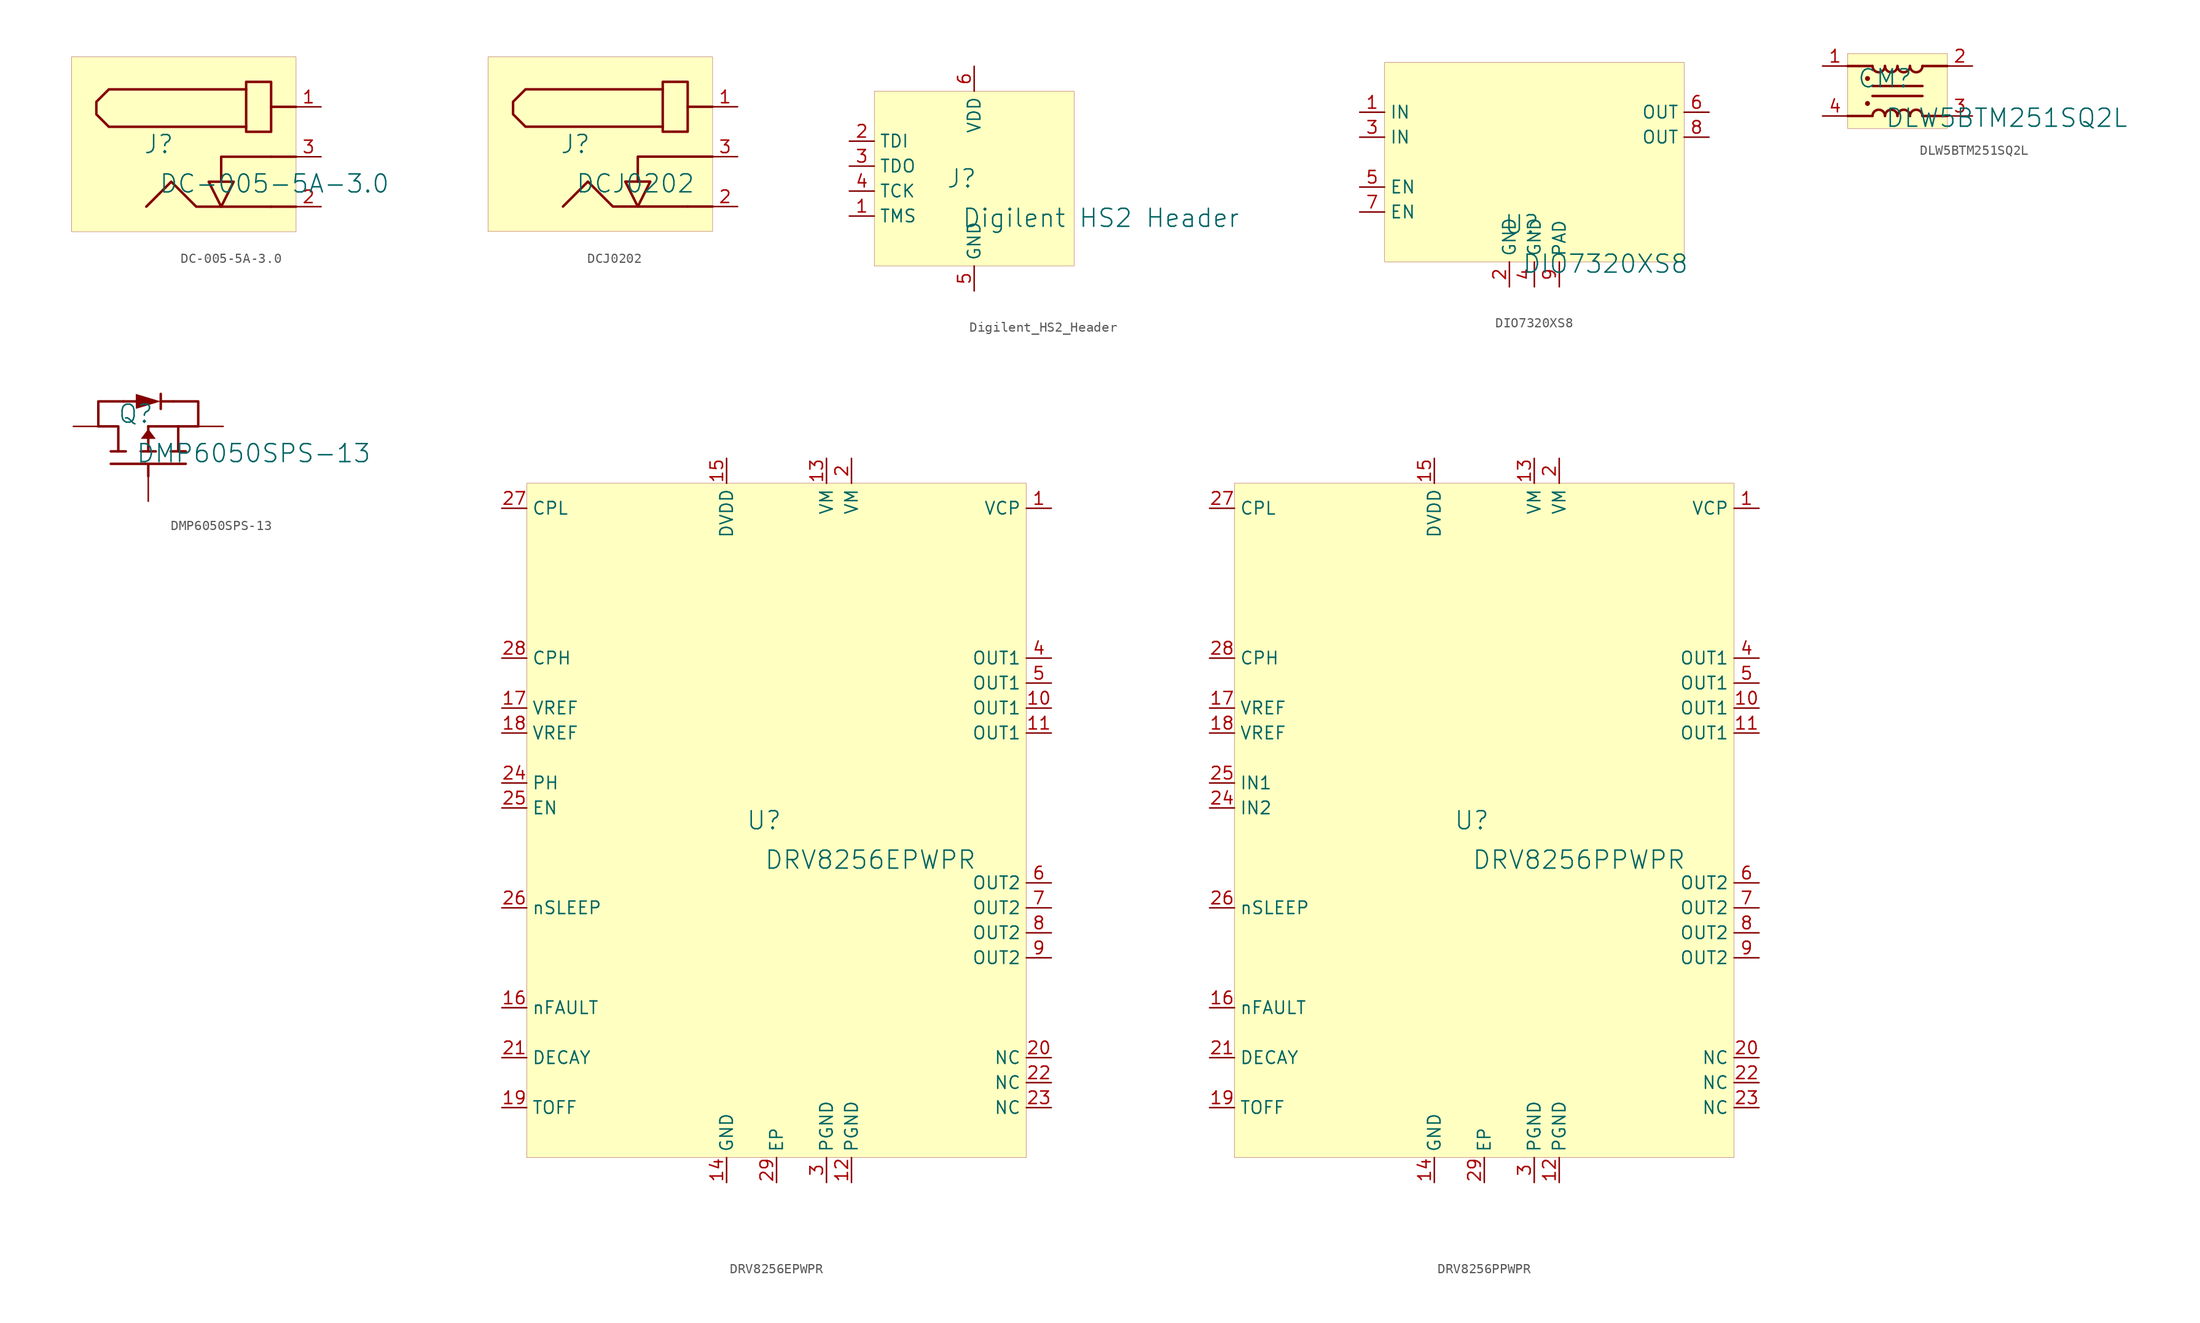
<source format=kicad_sym>
(kicad_symbol_lib
  (version 20231120)
  (generator "kicad_symbol_editor")
  (generator_version "8.0")
  (symbol "DC-005-5A-3.0"
    (property "Reference" "J"
      (at -1.27 1.27 0)
      (effects (font (size 1.829 1.829))))
    (property "Value" "DC-005-5A-3.0"
      (at -1.27 -3.81 0)
      (effects (font (size 1.829 1.829)) (justify left bottom)))
    (symbol "DC-005-5A-3.0_1_0"
      (polyline (pts (xy 10.16 -5.08) (xy 12.7 -5.08)) (stroke (width 0.254) (type solid)) (fill (type none)))
      (polyline (pts (xy 10.16 0) (xy 12.7 0)) (stroke (width 0.254) (type solid)) (fill (type none)))
      (polyline (pts (xy 12.7 5.08) (xy 10.16 5.08)) (stroke (width 0.254) (type solid)) (fill (type none)))
      (polyline (pts (xy 10.16 0) (xy 5.08 0) (xy 5.08 -2.54)) (stroke (width 0.254) (type solid)) (fill (type none)))
      (polyline (pts (xy 3.81 -2.54) (xy 6.35 -2.54) (xy 5.08 -5.08) (xy 3.81 -2.54)) (stroke (width 0.254) (type solid)) (fill (type none)))
      (polyline (pts (xy 10.16 -5.08) (xy 2.54 -5.08) (xy 0 -2.54) (xy -2.54 -5.08)) (stroke (width 0.254) (type solid)) (fill (type none)))
      (polyline (pts (xy 10.16 7.62) (xy 10.16 2.54) (xy 7.62 2.54) (xy 7.62 7.62) (xy 10.16 7.62)) (stroke (width 0.254) (type solid)) (fill (type none)))
      (polyline (pts (xy 7.62 6.858) (xy -6.35 6.858) (xy -7.62 5.588) (xy -7.62 4.318) (xy -6.35 3.048) (xy 7.62 3.048)) (stroke (width 0.254) (type solid)) (fill (type none)))
      (rectangle (start 12.7 10.16) (end -10.16 -7.62) (stroke (width 0.025) (type solid) (color 128 0 0 1)) (fill (type background)))
      (pin passive line (at 15.24 5.08 180) (length 2.54) (name "1" (effects (font (size 0 0)))) (number "1" (effects (font (size 1.27 1.27)))))
      (pin passive line (at 15.24 -5.08 180) (length 2.54) (name "2" (effects (font (size 0 0)))) (number "2" (effects (font (size 1.27 1.27)))))
      (pin passive line (at 15.24 0 180) (length 2.54) (name "3" (effects (font (size 0 0)))) (number "3" (effects (font (size 1.27 1.27)))))))
  (symbol "DCJ0202"
    (property "Reference" "J"
      (at -1.27 1.27 0)
      (effects (font (size 1.829 1.829))))
    (property "Value" "DCJ0202"
      (at -1.27 -3.81 0)
      (effects (font (size 1.829 1.829)) (justify left bottom)))
    (symbol "DCJ0202_1_0"
      (polyline (pts (xy 10.16 -5.08) (xy 12.7 -5.08)) (stroke (width 0.254) (type solid)) (fill (type none)))
      (polyline (pts (xy 10.16 0) (xy 12.7 0)) (stroke (width 0.254) (type solid)) (fill (type none)))
      (polyline (pts (xy 12.7 5.08) (xy 10.16 5.08)) (stroke (width 0.254) (type solid)) (fill (type none)))
      (polyline (pts (xy 10.16 0) (xy 5.08 0) (xy 5.08 -2.54)) (stroke (width 0.254) (type solid)) (fill (type none)))
      (polyline (pts (xy 3.81 -2.54) (xy 6.35 -2.54) (xy 5.08 -5.08) (xy 3.81 -2.54)) (stroke (width 0.254) (type solid)) (fill (type none)))
      (polyline (pts (xy 10.16 -5.08) (xy 2.54 -5.08) (xy 0 -2.54) (xy -2.54 -5.08)) (stroke (width 0.254) (type solid)) (fill (type none)))
      (polyline (pts (xy 10.16 7.62) (xy 10.16 2.54) (xy 7.62 2.54) (xy 7.62 7.62) (xy 10.16 7.62)) (stroke (width 0.254) (type solid)) (fill (type none)))
      (polyline (pts (xy 7.62 6.858) (xy -6.35 6.858) (xy -7.62 5.588) (xy -7.62 4.318) (xy -6.35 3.048) (xy 7.62 3.048)) (stroke (width 0.254) (type solid)) (fill (type none)))
      (rectangle (start 12.7 10.16) (end -10.16 -7.62) (stroke (width 0.025) (type solid) (color 128 0 0 1)) (fill (type background)))
      (pin passive line (at 15.24 5.08 180) (length 2.54) (name "1" (effects (font (size 0 0)))) (number "1" (effects (font (size 1.27 1.27)))))
      (pin passive line (at 15.24 -5.08 180) (length 2.54) (name "2" (effects (font (size 0 0)))) (number "2" (effects (font (size 1.27 1.27)))))
      (pin passive line (at 15.24 0 180) (length 2.54) (name "3" (effects (font (size 0 0)))) (number "3" (effects (font (size 1.27 1.27)))))))
  (symbol "Digilent_HS2_Header"
    (property "Reference" "J"
      (at -1.27 1.27 0)
      (effects (font (size 1.829 1.829))))
    (property "Value" "Digilent HS2 Header"
      (at -1.27 -3.81 0)
      (effects (font (size 1.829 1.829)) (justify left bottom)))
    (symbol "Digilent_HS2_Header_1_0"
      (rectangle (start 10.16 10.16) (end -10.16 -7.62) (stroke (width 0.025) (type solid) (color 128 0 0 1)) (fill (type background)))
      (pin passive line (at -12.7 -2.54 0) (length 2.54) (name "TMS" (effects (font (size 1.27 1.27)))) (number "1" (effects (font (size 1.27 1.27)))))
      (pin passive line (at -12.7 5.08 0) (length 2.54) (name "TDI" (effects (font (size 1.27 1.27)))) (number "2" (effects (font (size 1.27 1.27)))))
      (pin passive line (at -12.7 2.54 0) (length 2.54) (name "TDO" (effects (font (size 1.27 1.27)))) (number "3" (effects (font (size 1.27 1.27)))))
      (pin passive line (at -12.7 0 0) (length 2.54) (name "TCK" (effects (font (size 1.27 1.27)))) (number "4" (effects (font (size 1.27 1.27)))))
      (pin power_in line (at 0 -10.16 90) (length 2.54) (name "GND" (effects (font (size 1.27 1.27)))) (number "5" (effects (font (size 1.27 1.27)))))
      (pin power_in line (at 0 12.7 270) (length 2.54) (name "VDD" (effects (font (size 1.27 1.27)))) (number "6" (effects (font (size 1.27 1.27)))))))
  (symbol "DIO7320XS8"
    (property "Reference" "U"
      (at -1.27 1.27 0)
      (effects (font (size 1.829 1.829))))
    (property "Value" "DIO7320XS8"
      (at -1.27 -3.81 0)
      (effects (font (size 1.829 1.829)) (justify left bottom)))
    (symbol "DIO7320XS8_1_0"
      (rectangle (start 15.24 17.78) (end -15.24 -2.54) (stroke (width 0.025) (type solid) (color 128 0 0 1)) (fill (type background)))
      (pin passive line (at -17.78 12.7 0) (length 2.54) (name "IN" (effects (font (size 1.27 1.27)))) (number "1" (effects (font (size 1.27 1.27)))))
      (pin passive line (at -2.54 -5.08 90) (length 2.54) (name "GND" (effects (font (size 1.27 1.27)))) (number "2" (effects (font (size 1.27 1.27)))))
      (pin passive line (at -17.78 10.16 0) (length 2.54) (name "IN" (effects (font (size 1.27 1.27)))) (number "3" (effects (font (size 1.27 1.27)))))
      (pin passive line (at 0 -5.08 90) (length 2.54) (name "GND" (effects (font (size 1.27 1.27)))) (number "4" (effects (font (size 1.27 1.27)))))
      (pin passive line (at -17.78 5.08 0) (length 2.54) (name "EN" (effects (font (size 1.27 1.27)))) (number "5" (effects (font (size 1.27 1.27)))))
      (pin passive line (at 17.78 12.7 180) (length 2.54) (name "OUT" (effects (font (size 1.27 1.27)))) (number "6" (effects (font (size 1.27 1.27)))))
      (pin passive line (at -17.78 2.54 0) (length 2.54) (name "EN" (effects (font (size 1.27 1.27)))) (number "7" (effects (font (size 1.27 1.27)))))
      (pin passive line (at 17.78 10.16 180) (length 2.54) (name "OUT" (effects (font (size 1.27 1.27)))) (number "8" (effects (font (size 1.27 1.27)))))
      (pin passive line (at 2.54 -5.08 90) (length 2.54) (name "PAD" (effects (font (size 1.27 1.27)))) (number "9" (effects (font (size 1.27 1.27)))))))
  (symbol "DLW5BTM251SQ2L"
    (property "Reference" "CM"
      (at -1.27 1.27 0)
      (effects (font (size 1.829 1.829))))
    (property "Value" "DLW5BTM251SQ2L"
      (at -1.27 -3.81 0)
      (effects (font (size 1.829 1.829)) (justify left bottom)))
    (symbol "DLW5BTM251SQ2L_1_0"
      (circle (center -3.048 -1.27) (radius 0.127) (stroke (width 0.254) (type solid)) (fill (type none)))
      (circle (center -3.048 1.27) (radius 0.127) (stroke (width 0.254) (type solid)) (fill (type none)))
      (arc (start -2.54 2.54) (mid -1.905 1.905) (end -1.27 2.54) (stroke (width 0.254) (type solid)) (fill (type none)))
      (arc (start -1.27 -2.54) (mid -1.905 -1.905) (end -2.54 -2.54) (stroke (width 0.254) (type solid)) (fill (type none)))
      (arc (start -1.27 2.54) (mid -0.635 1.905) (end 0 2.54) (stroke (width 0.254) (type solid)) (fill (type none)))
      (arc (start 0 -2.54) (mid -0.635 -1.905) (end -1.27 -2.54) (stroke (width 0.254) (type solid)) (fill (type none)))
      (polyline (pts (xy -2.54 -2.54) (xy -5.08 -2.54)) (stroke (width 0.254) (type solid)) (fill (type none)))
      (polyline (pts (xy -2.54 -0.508) (xy 2.54 -0.508)) (stroke (width 0.254) (type solid)) (fill (type none)))
      (polyline (pts (xy -2.54 0.508) (xy 2.54 0.508)) (stroke (width 0.254) (type solid)) (fill (type none)))
      (polyline (pts (xy -2.54 2.54) (xy -5.08 2.54)) (stroke (width 0.254) (type solid)) (fill (type none)))
      (polyline (pts (xy 5.08 -2.54) (xy 2.54 -2.54)) (stroke (width 0.254) (type solid)) (fill (type none)))
      (polyline (pts (xy 5.08 2.54) (xy 2.54 2.54)) (stroke (width 0.254) (type solid)) (fill (type none)))
      (arc (start 0 2.54) (mid 0.635 1.905) (end 1.27 2.54) (stroke (width 0.254) (type solid)) (fill (type none)))
      (arc (start 1.27 -2.54) (mid 0.635 -1.905) (end 0 -2.54) (stroke (width 0.254) (type solid)) (fill (type none)))
      (arc (start 1.27 2.54) (mid 1.905 1.905) (end 2.54 2.54) (stroke (width 0.254) (type solid)) (fill (type none)))
      (arc (start 2.54 -2.54) (mid 1.905 -1.905) (end 1.27 -2.54) (stroke (width 0.254) (type solid)) (fill (type none)))
      (rectangle (start 5.08 3.81) (end -5.08 -3.81) (stroke (width 0.025) (type solid) (color 128 0 0 1)) (fill (type background)))
      (pin passive line (at -7.62 2.54 0) (length 2.54) (name "1" (effects (font (size 0 0)))) (number "1" (effects (font (size 1.27 1.27)))))
      (pin passive line (at 7.62 2.54 180) (length 2.54) (name "2" (effects (font (size 0 0)))) (number "2" (effects (font (size 1.27 1.27)))))
      (pin passive line (at 7.62 -2.54 180) (length 2.54) (name "3" (effects (font (size 0 0)))) (number "3" (effects (font (size 1.27 1.27)))))
      (pin passive line (at -7.62 -2.54 0) (length 2.54) (name "4" (effects (font (size 0 0)))) (number "4" (effects (font (size 1.27 1.27)))))))
  (symbol "DMP6050SPS-13"
    (property "Reference" "Q"
      (at -1.27 1.27 0)
      (effects (font (size 1.829 1.829))))
    (property "Value" "DMP6050SPS-13"
      (at -1.27 -3.81 0)
      (effects (font (size 1.829 1.829)) (justify left bottom)))
    (symbol "DMP6050SPS-13_1_0"
      (polyline (pts (xy -3.81 -3.81) (xy 3.81 -3.81)) (stroke (width 0.254) (type solid)) (fill (type none)))
      (polyline (pts (xy -3.81 -2.54) (xy -2.286 -2.54)) (stroke (width 0.254) (type solid)) (fill (type none)))
      (polyline (pts (xy -2.54 2.54) (xy -1.27 2.54)) (stroke (width 0.254) (type solid)) (fill (type none)))
      (polyline (pts (xy -0.762 -2.54) (xy 0.762 -2.54)) (stroke (width 0.254) (type solid)) (fill (type none)))
      (polyline (pts (xy 0 -3.81) (xy 0 -5.08)) (stroke (width 0.254) (type solid)) (fill (type none)))
      (polyline (pts (xy 0 0) (xy 0 -2.54)) (stroke (width 0.254) (type solid)) (fill (type none)))
      (polyline (pts (xy 0 0) (xy 3.048 0)) (stroke (width 0.254) (type solid)) (fill (type none)))
      (polyline (pts (xy 1.27 2.54) (xy 2.54 2.54)) (stroke (width 0.254) (type solid)) (fill (type none)))
      (polyline (pts (xy 1.27 3.302) (xy 1.27 1.778)) (stroke (width 0.254) (type solid)) (fill (type none)))
      (polyline (pts (xy 2.286 -2.54) (xy 3.81 -2.54)) (stroke (width 0.254) (type solid)) (fill (type none)))
      (polyline (pts (xy -5.08 0) (xy -5.08 2.54) (xy -2.54 2.54)) (stroke (width 0.254) (type solid)) (fill (type none)))
      (polyline (pts (xy -5.08 0) (xy -3.048 0) (xy -3.048 -2.54)) (stroke (width 0.254) (type solid)) (fill (type none)))
      (polyline (pts (xy 2.54 2.54) (xy 5.08 2.54) (xy 5.08 0)) (stroke (width 0.254) (type solid)) (fill (type none)))
      (polyline (pts (xy 5.08 0) (xy 3.048 0) (xy 3.048 -2.54)) (stroke (width 0.254) (type solid)) (fill (type none)))
      (polyline (pts (xy 0 -0.254) (xy -0.762 -1.27) (xy 0.762 -1.27) (xy 0 -0.254) (xy 0 -0.254)) (stroke (width -0.0001) (type solid)) (fill (type outline)))
      (polyline (pts (xy -1.27 2.54) (xy -1.27 3.302) (xy 1.27 2.54) (xy -1.27 1.778) (xy -1.27 2.54) (xy -1.27 2.54)) (stroke (width -0.0001) (type solid)) (fill (type outline)))
      (pin passive line (at -7.62 0 0) (length 2.54) (name "D" (effects (font (size 0 0)))) (number "1" (effects (font (size 0 0)))))
      (pin passive line (at 0 -7.62 90) (length 2.54) (name "G" (effects (font (size 0 0)))) (number "2" (effects (font (size 0 0)))))
      (pin passive line (at 7.62 0 180) (length 2.54) (name "S" (effects (font (size 0 0)))) (number "3" (effects (font (size 0 0)))))))
  (symbol "DRV8256EPWPR"
    (property "Reference" "U"
      (at -1.27 1.27 0)
      (effects (font (size 1.829 1.829))))
    (property "Value" "DRV8256EPWPR"
      (at -1.27 -3.81 0)
      (effects (font (size 1.829 1.829)) (justify left bottom)))
    (symbol "DRV8256EPWPR_1_0"
      (rectangle (start 25.4 35.56) (end -25.4 -33.02) (stroke (width 0.025) (type solid) (color 128 0 0 1)) (fill (type background)))
      (pin power_in line (at 27.94 33.02 180) (length 2.54) (name "VCP" (effects (font (size 1.27 1.27)))) (number "1" (effects (font (size 1.27 1.27)))))
      (pin power_in line (at 27.94 12.7 180) (length 2.54) (name "OUT1" (effects (font (size 1.27 1.27)))) (number "10" (effects (font (size 1.27 1.27)))))
      (pin power_in line (at 27.94 10.16 180) (length 2.54) (name "OUT1" (effects (font (size 1.27 1.27)))) (number "11" (effects (font (size 1.27 1.27)))))
      (pin power_in line (at 7.62 -35.56 90) (length 2.54) (name "PGND" (effects (font (size 1.27 1.27)))) (number "12" (effects (font (size 1.27 1.27)))))
      (pin power_in line (at 5.08 38.1 270) (length 2.54) (name "VM" (effects (font (size 1.27 1.27)))) (number "13" (effects (font (size 1.27 1.27)))))
      (pin power_in line (at -5.08 -35.56 90) (length 2.54) (name "GND" (effects (font (size 1.27 1.27)))) (number "14" (effects (font (size 1.27 1.27)))))
      (pin power_in line (at -5.08 38.1 270) (length 2.54) (name "DVDD" (effects (font (size 1.27 1.27)))) (number "15" (effects (font (size 1.27 1.27)))))
      (pin open_collector line (at -27.94 -17.78 0) (length 2.54) (name "nFAULT" (effects (font (size 1.27 1.27)))) (number "16" (effects (font (size 1.27 1.27)))))
      (pin input line (at -27.94 12.7 0) (length 2.54) (name "VREF" (effects (font (size 1.27 1.27)))) (number "17" (effects (font (size 1.27 1.27)))))
      (pin input line (at -27.94 10.16 0) (length 2.54) (name "VREF" (effects (font (size 1.27 1.27)))) (number "18" (effects (font (size 1.27 1.27)))))
      (pin passive line (at -27.94 -27.94 0) (length 2.54) (name "TOFF" (effects (font (size 1.27 1.27)))) (number "19" (effects (font (size 1.27 1.27)))))
      (pin power_in line (at 7.62 38.1 270) (length 2.54) (name "VM" (effects (font (size 1.27 1.27)))) (number "2" (effects (font (size 1.27 1.27)))))
      (pin passive line (at 27.94 -22.86 180) (length 2.54) (name "NC" (effects (font (size 1.27 1.27)))) (number "20" (effects (font (size 1.27 1.27)))))
      (pin input line (at -27.94 -22.86 0) (length 2.54) (name "DECAY" (effects (font (size 1.27 1.27)))) (number "21" (effects (font (size 1.27 1.27)))))
      (pin passive line (at 27.94 -25.4 180) (length 2.54) (name "NC" (effects (font (size 1.27 1.27)))) (number "22" (effects (font (size 1.27 1.27)))))
      (pin passive line (at 27.94 -27.94 180) (length 2.54) (name "NC" (effects (font (size 1.27 1.27)))) (number "23" (effects (font (size 1.27 1.27)))))
      (pin input line (at -27.94 5.08 0) (length 2.54) (name "PH" (effects (font (size 1.27 1.27)))) (number "24" (effects (font (size 1.27 1.27)))))
      (pin input line (at -27.94 2.54 0) (length 2.54) (name "EN" (effects (font (size 1.27 1.27)))) (number "25" (effects (font (size 1.27 1.27)))))
      (pin input line (at -27.94 -7.62 0) (length 2.54) (name "nSLEEP" (effects (font (size 1.27 1.27)))) (number "26" (effects (font (size 1.27 1.27)))))
      (pin power_in line (at -27.94 33.02 0) (length 2.54) (name "CPL" (effects (font (size 1.27 1.27)))) (number "27" (effects (font (size 1.27 1.27)))))
      (pin power_in line (at -27.94 17.78 0) (length 2.54) (name "CPH" (effects (font (size 1.27 1.27)))) (number "28" (effects (font (size 1.27 1.27)))))
      (pin power_in line (at 0 -35.56 90) (length 2.54) (name "EP" (effects (font (size 1.27 1.27)))) (number "29" (effects (font (size 1.27 1.27)))))
      (pin power_in line (at 5.08 -35.56 90) (length 2.54) (name "PGND" (effects (font (size 1.27 1.27)))) (number "3" (effects (font (size 1.27 1.27)))))
      (pin power_in line (at 27.94 17.78 180) (length 2.54) (name "OUT1" (effects (font (size 1.27 1.27)))) (number "4" (effects (font (size 1.27 1.27)))))
      (pin power_in line (at 27.94 15.24 180) (length 2.54) (name "OUT1" (effects (font (size 1.27 1.27)))) (number "5" (effects (font (size 1.27 1.27)))))
      (pin power_in line (at 27.94 -5.08 180) (length 2.54) (name "OUT2" (effects (font (size 1.27 1.27)))) (number "6" (effects (font (size 1.27 1.27)))))
      (pin power_in line (at 27.94 -7.62 180) (length 2.54) (name "OUT2" (effects (font (size 1.27 1.27)))) (number "7" (effects (font (size 1.27 1.27)))))
      (pin power_in line (at 27.94 -10.16 180) (length 2.54) (name "OUT2" (effects (font (size 1.27 1.27)))) (number "8" (effects (font (size 1.27 1.27)))))
      (pin power_in line (at 27.94 -12.7 180) (length 2.54) (name "OUT2" (effects (font (size 1.27 1.27)))) (number "9" (effects (font (size 1.27 1.27)))))))
  (symbol "DRV8256PPWPR"
    (property "Reference" "U"
      (at -1.27 1.27 0)
      (effects (font (size 1.829 1.829))))
    (property "Value" "DRV8256PPWPR"
      (at -1.27 -3.81 0)
      (effects (font (size 1.829 1.829)) (justify left bottom)))
    (symbol "DRV8256PPWPR_1_0"
      (rectangle (start 25.4 35.56) (end -25.4 -33.02) (stroke (width 0.025) (type solid) (color 128 0 0 1)) (fill (type background)))
      (pin power_in line (at 27.94 33.02 180) (length 2.54) (name "VCP" (effects (font (size 1.27 1.27)))) (number "1" (effects (font (size 1.27 1.27)))))
      (pin power_in line (at 27.94 12.7 180) (length 2.54) (name "OUT1" (effects (font (size 1.27 1.27)))) (number "10" (effects (font (size 1.27 1.27)))))
      (pin power_in line (at 27.94 10.16 180) (length 2.54) (name "OUT1" (effects (font (size 1.27 1.27)))) (number "11" (effects (font (size 1.27 1.27)))))
      (pin power_in line (at 7.62 -35.56 90) (length 2.54) (name "PGND" (effects (font (size 1.27 1.27)))) (number "12" (effects (font (size 1.27 1.27)))))
      (pin power_in line (at 5.08 38.1 270) (length 2.54) (name "VM" (effects (font (size 1.27 1.27)))) (number "13" (effects (font (size 1.27 1.27)))))
      (pin power_in line (at -5.08 -35.56 90) (length 2.54) (name "GND" (effects (font (size 1.27 1.27)))) (number "14" (effects (font (size 1.27 1.27)))))
      (pin power_in line (at -5.08 38.1 270) (length 2.54) (name "DVDD" (effects (font (size 1.27 1.27)))) (number "15" (effects (font (size 1.27 1.27)))))
      (pin open_collector line (at -27.94 -17.78 0) (length 2.54) (name "nFAULT" (effects (font (size 1.27 1.27)))) (number "16" (effects (font (size 1.27 1.27)))))
      (pin input line (at -27.94 12.7 0) (length 2.54) (name "VREF" (effects (font (size 1.27 1.27)))) (number "17" (effects (font (size 1.27 1.27)))))
      (pin input line (at -27.94 10.16 0) (length 2.54) (name "VREF" (effects (font (size 1.27 1.27)))) (number "18" (effects (font (size 1.27 1.27)))))
      (pin passive line (at -27.94 -27.94 0) (length 2.54) (name "TOFF" (effects (font (size 1.27 1.27)))) (number "19" (effects (font (size 1.27 1.27)))))
      (pin power_in line (at 7.62 38.1 270) (length 2.54) (name "VM" (effects (font (size 1.27 1.27)))) (number "2" (effects (font (size 1.27 1.27)))))
      (pin passive line (at 27.94 -22.86 180) (length 2.54) (name "NC" (effects (font (size 1.27 1.27)))) (number "20" (effects (font (size 1.27 1.27)))))
      (pin input line (at -27.94 -22.86 0) (length 2.54) (name "DECAY" (effects (font (size 1.27 1.27)))) (number "21" (effects (font (size 1.27 1.27)))))
      (pin passive line (at 27.94 -25.4 180) (length 2.54) (name "NC" (effects (font (size 1.27 1.27)))) (number "22" (effects (font (size 1.27 1.27)))))
      (pin passive line (at 27.94 -27.94 180) (length 2.54) (name "NC" (effects (font (size 1.27 1.27)))) (number "23" (effects (font (size 1.27 1.27)))))
      (pin input line (at -27.94 2.54 0) (length 2.54) (name "IN2" (effects (font (size 1.27 1.27)))) (number "24" (effects (font (size 1.27 1.27)))))
      (pin input line (at -27.94 5.08 0) (length 2.54) (name "IN1" (effects (font (size 1.27 1.27)))) (number "25" (effects (font (size 1.27 1.27)))))
      (pin input line (at -27.94 -7.62 0) (length 2.54) (name "nSLEEP" (effects (font (size 1.27 1.27)))) (number "26" (effects (font (size 1.27 1.27)))))
      (pin power_in line (at -27.94 33.02 0) (length 2.54) (name "CPL" (effects (font (size 1.27 1.27)))) (number "27" (effects (font (size 1.27 1.27)))))
      (pin power_in line (at -27.94 17.78 0) (length 2.54) (name "CPH" (effects (font (size 1.27 1.27)))) (number "28" (effects (font (size 1.27 1.27)))))
      (pin power_in line (at 0 -35.56 90) (length 2.54) (name "EP" (effects (font (size 1.27 1.27)))) (number "29" (effects (font (size 1.27 1.27)))))
      (pin power_in line (at 5.08 -35.56 90) (length 2.54) (name "PGND" (effects (font (size 1.27 1.27)))) (number "3" (effects (font (size 1.27 1.27)))))
      (pin power_in line (at 27.94 17.78 180) (length 2.54) (name "OUT1" (effects (font (size 1.27 1.27)))) (number "4" (effects (font (size 1.27 1.27)))))
      (pin power_in line (at 27.94 15.24 180) (length 2.54) (name "OUT1" (effects (font (size 1.27 1.27)))) (number "5" (effects (font (size 1.27 1.27)))))
      (pin power_in line (at 27.94 -5.08 180) (length 2.54) (name "OUT2" (effects (font (size 1.27 1.27)))) (number "6" (effects (font (size 1.27 1.27)))))
      (pin power_in line (at 27.94 -7.62 180) (length 2.54) (name "OUT2" (effects (font (size 1.27 1.27)))) (number "7" (effects (font (size 1.27 1.27)))))
      (pin power_in line (at 27.94 -10.16 180) (length 2.54) (name "OUT2" (effects (font (size 1.27 1.27)))) (number "8" (effects (font (size 1.27 1.27)))))
      (pin power_in line (at 27.94 -12.7 180) (length 2.54) (name "OUT2" (effects (font (size 1.27 1.27)))) (number "9" (effects (font (size 1.27 1.27))))))))
</source>
